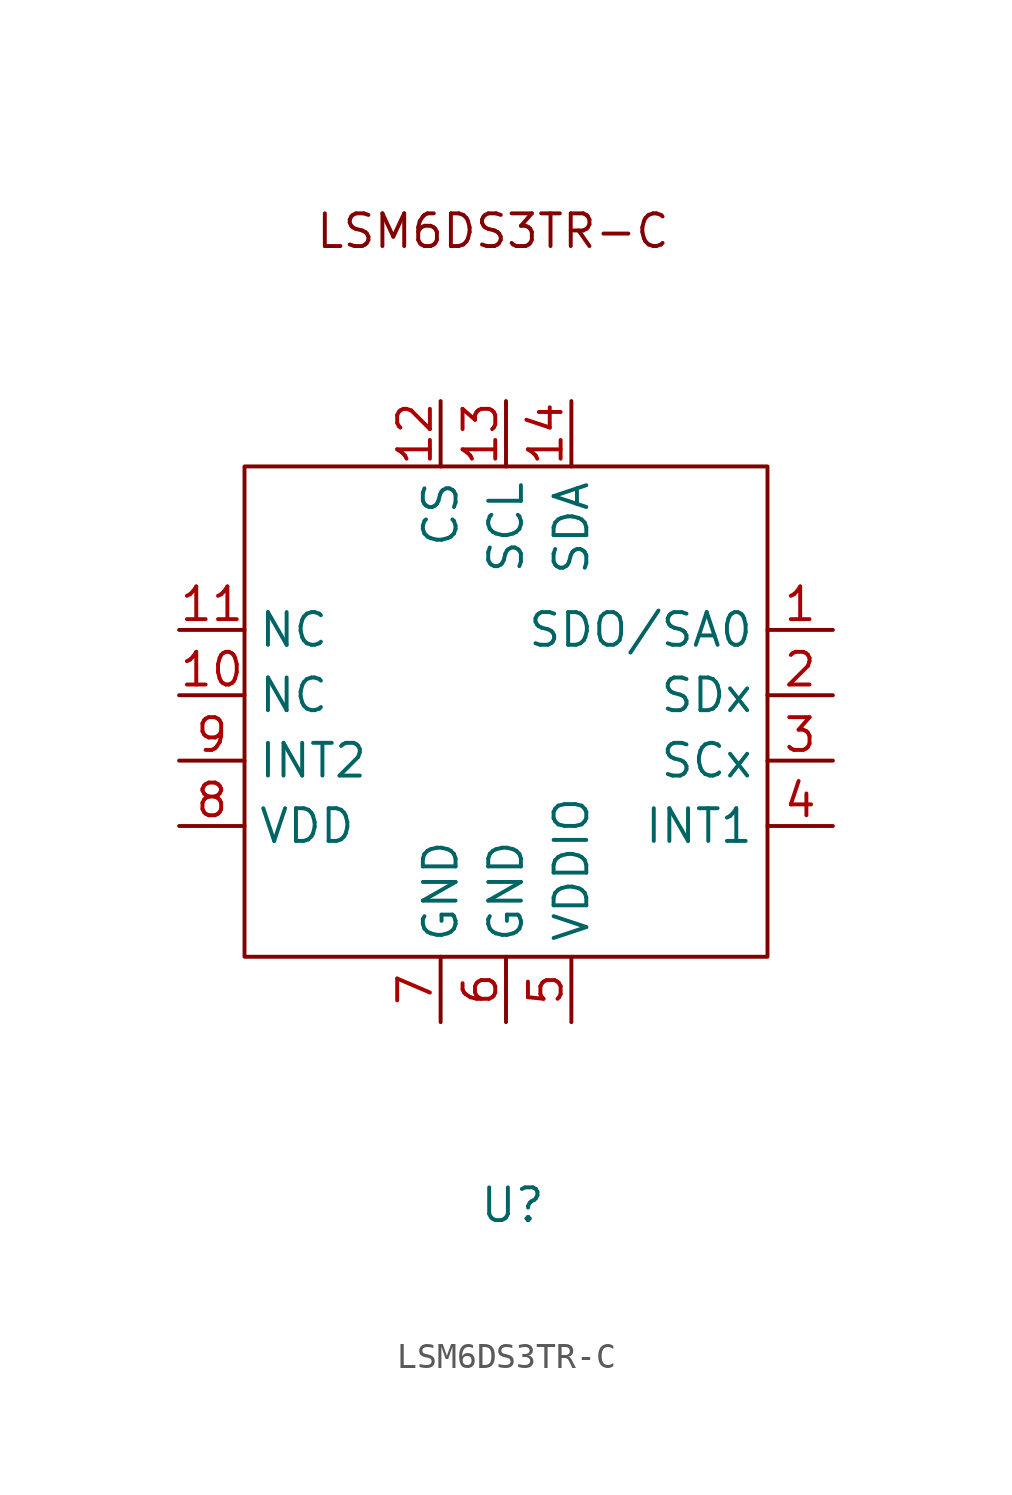
<source format=kicad_sym>
(kicad_symbol_lib
  (version 20241209)
  (generator "kicad_symbol_editor")
  (generator_version "9.0")
  (symbol "LSM6DS3TR-C"
    (property "Reference" "U"
      (at 2.794 -8.382 0)
      (effects (font (size 1.27 1.27))))
    (property "Value" ""
      (at 0 0 0)
      (effects (font (size 1.27 1.27))))
    (symbol "LSM6DS3TR-C_0_1"
      (rectangle (start -7.62 20.32) (end 12.7 1.27) (stroke (width 0) (type default)) (fill (type none))))
    (symbol "LSM6DS3TR-C_1_1"
      (text "LSM6DS3TR-C" (at 2.032 29.464 0) (effects (font (size 1.27 1.27))))
      (pin input line (at -10.16 13.97 0) (length 2.54) (name "NC" (effects (font (size 1.27 1.27)))) (number "11" (effects (font (size 1.27 1.27)))))
      (pin input line (at -10.16 11.43 0) (length 2.54) (name "NC" (effects (font (size 1.27 1.27)))) (number "10" (effects (font (size 1.27 1.27)))))
      (pin input line (at -10.16 8.89 0) (length 2.54) (name "INT2" (effects (font (size 1.27 1.27)))) (number "9" (effects (font (size 1.27 1.27)))))
      (pin input line (at -10.16 6.35 0) (length 2.54) (name "VDD" (effects (font (size 1.27 1.27)))) (number "8" (effects (font (size 1.27 1.27)))))
      (pin input line (at 0 22.86 270) (length 2.54) (name "CS" (effects (font (size 1.27 1.27)))) (number "12" (effects (font (size 1.27 1.27)))))
      (pin input line (at 0 -1.27 90) (length 2.54) (name "GND" (effects (font (size 1.27 1.27)))) (number "7" (effects (font (size 1.27 1.27)))))
      (pin input line (at 2.54 22.86 270) (length 2.54) (name "SCL" (effects (font (size 1.27 1.27)))) (number "13" (effects (font (size 1.27 1.27)))))
      (pin input line (at 2.54 -1.27 90) (length 2.54) (name "GND" (effects (font (size 1.27 1.27)))) (number "6" (effects (font (size 1.27 1.27)))))
      (pin input line (at 5.08 22.86 270) (length 2.54) (name "SDA" (effects (font (size 1.27 1.27)))) (number "14" (effects (font (size 1.27 1.27)))))
      (pin input line (at 5.08 -1.27 90) (length 2.54) (name "VDDIO" (effects (font (size 1.27 1.27)))) (number "5" (effects (font (size 1.27 1.27)))))
      (pin input line (at 15.24 13.97 180) (length 2.54) (name "SDO/SA0" (effects (font (size 1.27 1.27)))) (number "1" (effects (font (size 1.27 1.27)))))
      (pin input line (at 15.24 11.43 180) (length 2.54) (name "SDx" (effects (font (size 1.27 1.27)))) (number "2" (effects (font (size 1.27 1.27)))))
      (pin input line (at 15.24 8.89 180) (length 2.54) (name "SCx" (effects (font (size 1.27 1.27)))) (number "3" (effects (font (size 1.27 1.27)))))
      (pin input line (at 15.24 6.35 180) (length 2.54) (name "INT1" (effects (font (size 1.27 1.27)))) (number "4" (effects (font (size 1.27 1.27))))))))
</source>
